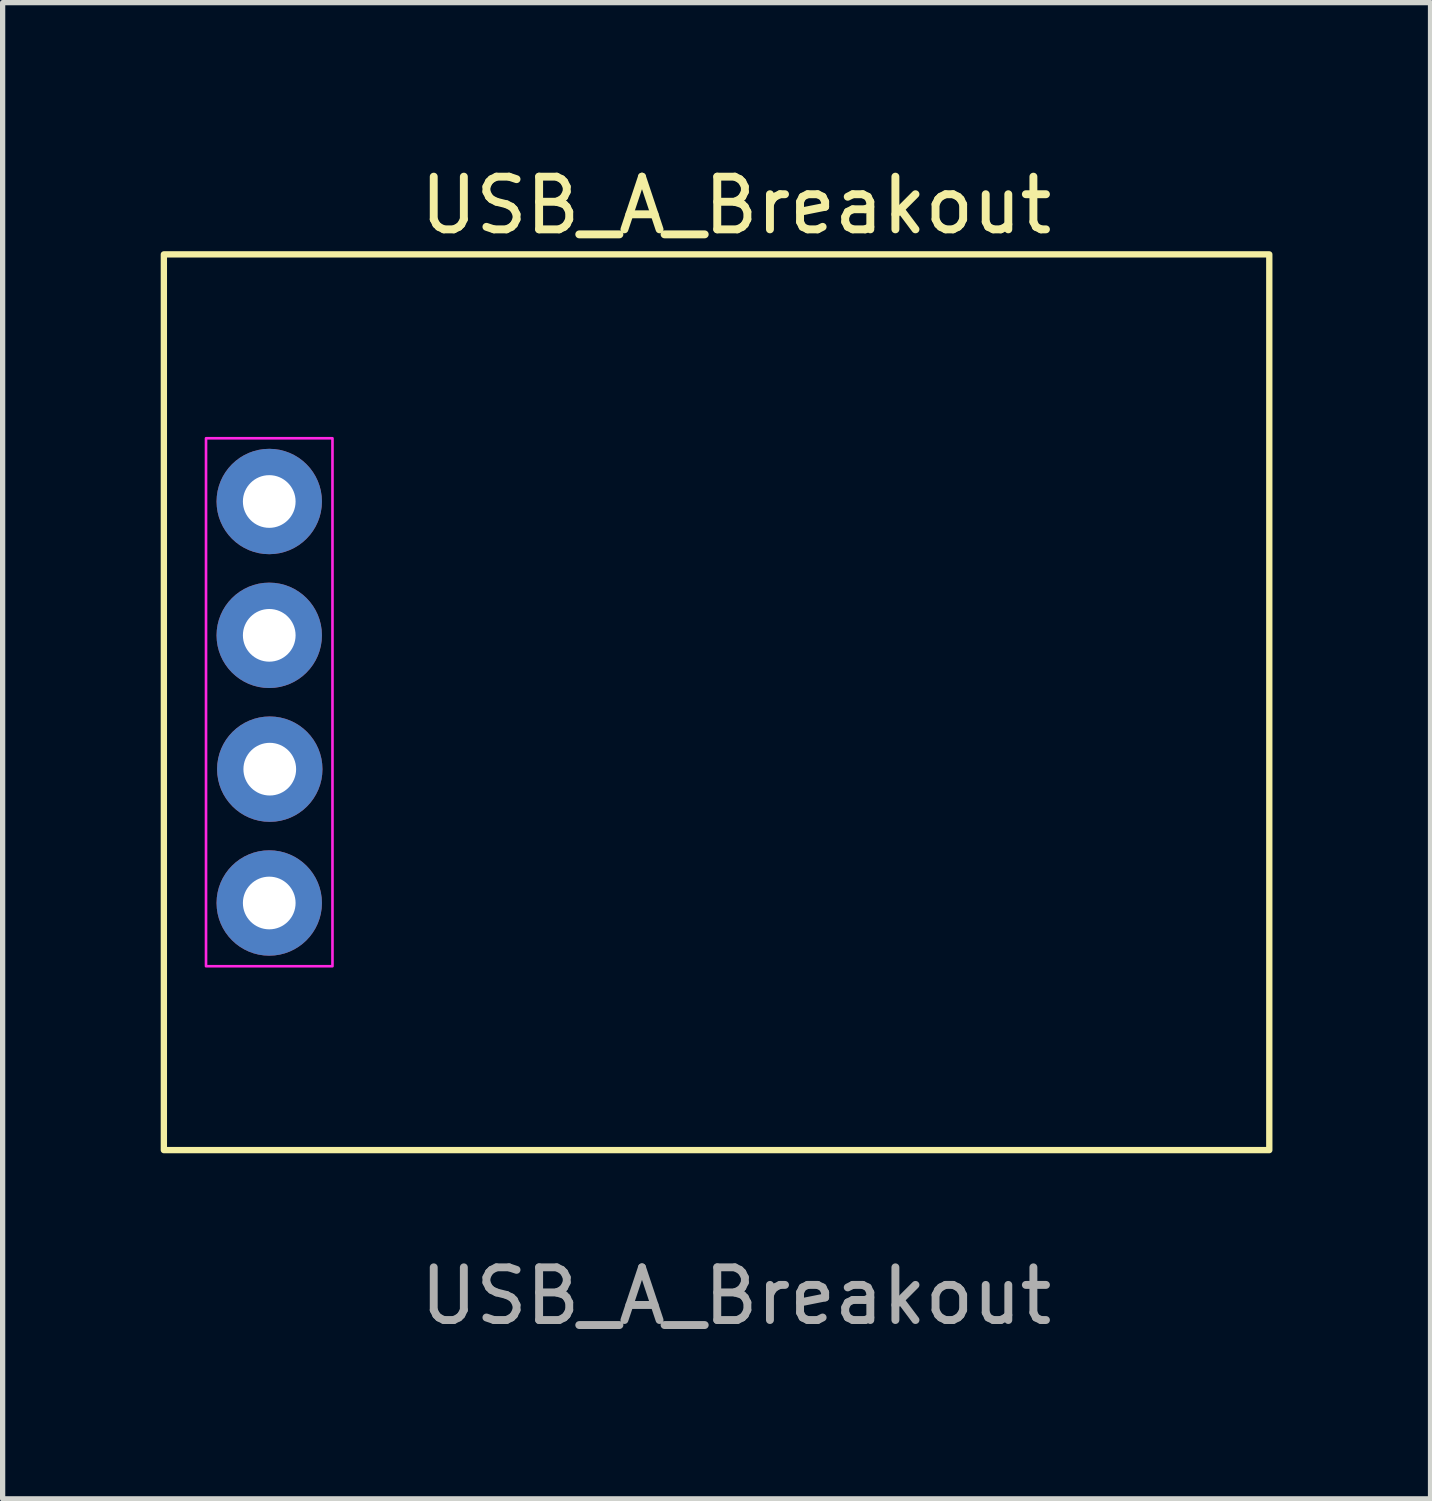
<source format=kicad_pcb>
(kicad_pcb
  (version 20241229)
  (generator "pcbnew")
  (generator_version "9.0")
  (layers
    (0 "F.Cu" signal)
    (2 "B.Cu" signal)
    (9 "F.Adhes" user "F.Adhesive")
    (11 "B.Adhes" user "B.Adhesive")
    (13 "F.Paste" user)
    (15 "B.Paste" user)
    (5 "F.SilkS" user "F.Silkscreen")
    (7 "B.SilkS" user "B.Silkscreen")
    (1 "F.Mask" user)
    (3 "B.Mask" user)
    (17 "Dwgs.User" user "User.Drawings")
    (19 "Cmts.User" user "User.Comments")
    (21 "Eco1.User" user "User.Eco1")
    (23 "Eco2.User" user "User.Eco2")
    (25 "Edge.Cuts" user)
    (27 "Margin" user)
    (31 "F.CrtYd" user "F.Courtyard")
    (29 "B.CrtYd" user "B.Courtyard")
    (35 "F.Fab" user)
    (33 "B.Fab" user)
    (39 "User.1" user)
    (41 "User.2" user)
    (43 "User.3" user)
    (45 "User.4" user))
  (footprint "USB_A_Breakout"
    (layer "F.Cu")
    (at 10.63 10.318)
    (property "Reference" "USB_A_Breakout" (at 0.29 -9.47 0) (unlocked yes) (layer "F.SilkS") (effects (font (size 1 1) (thickness 0.15))))
    (attr through_hole)
    (fp_rect (start -10.57 -8.54) (end 10.41 8.46) (stroke (width 0.12) (type solid)) (fill no) (layer "F.SilkS"))
    (fp_rect (start -9.77 -5.05) (end -7.37 4.97) (stroke (width 0.05) (type solid)) (fill no) (layer "F.CrtYd"))
    (fp_text user "${REFERENCE}" (at 0.29 11.23 0) (unlocked yes) (layer "F.Fab") (effects (font (size 1 1) (thickness 0.15))))
    (pad "1" thru_hole circle (at -8.57 -3.85) (size 2 2) (drill 1) (layers "*.Cu" "*.Mask"))
    (pad "2" thru_hole circle (at -8.57 -1.31) (size 2 2) (drill 1) (layers "*.Cu" "*.Mask"))
    (pad "3" thru_hole circle (at -8.56 1.23) (size 2 2) (drill 1) (layers "*.Cu" "*.Mask"))
    (pad "4" thru_hole circle (at -8.57 3.77) (size 2 2) (drill 1) (layers "*.Cu" "*.Mask")))
  (gr_rect
    (start -3 -3)
    (end 24.1 25.396)
    (stroke (width 0.1) (type default))
    (fill no)
    (layer "Edge.Cuts")))
</source>
